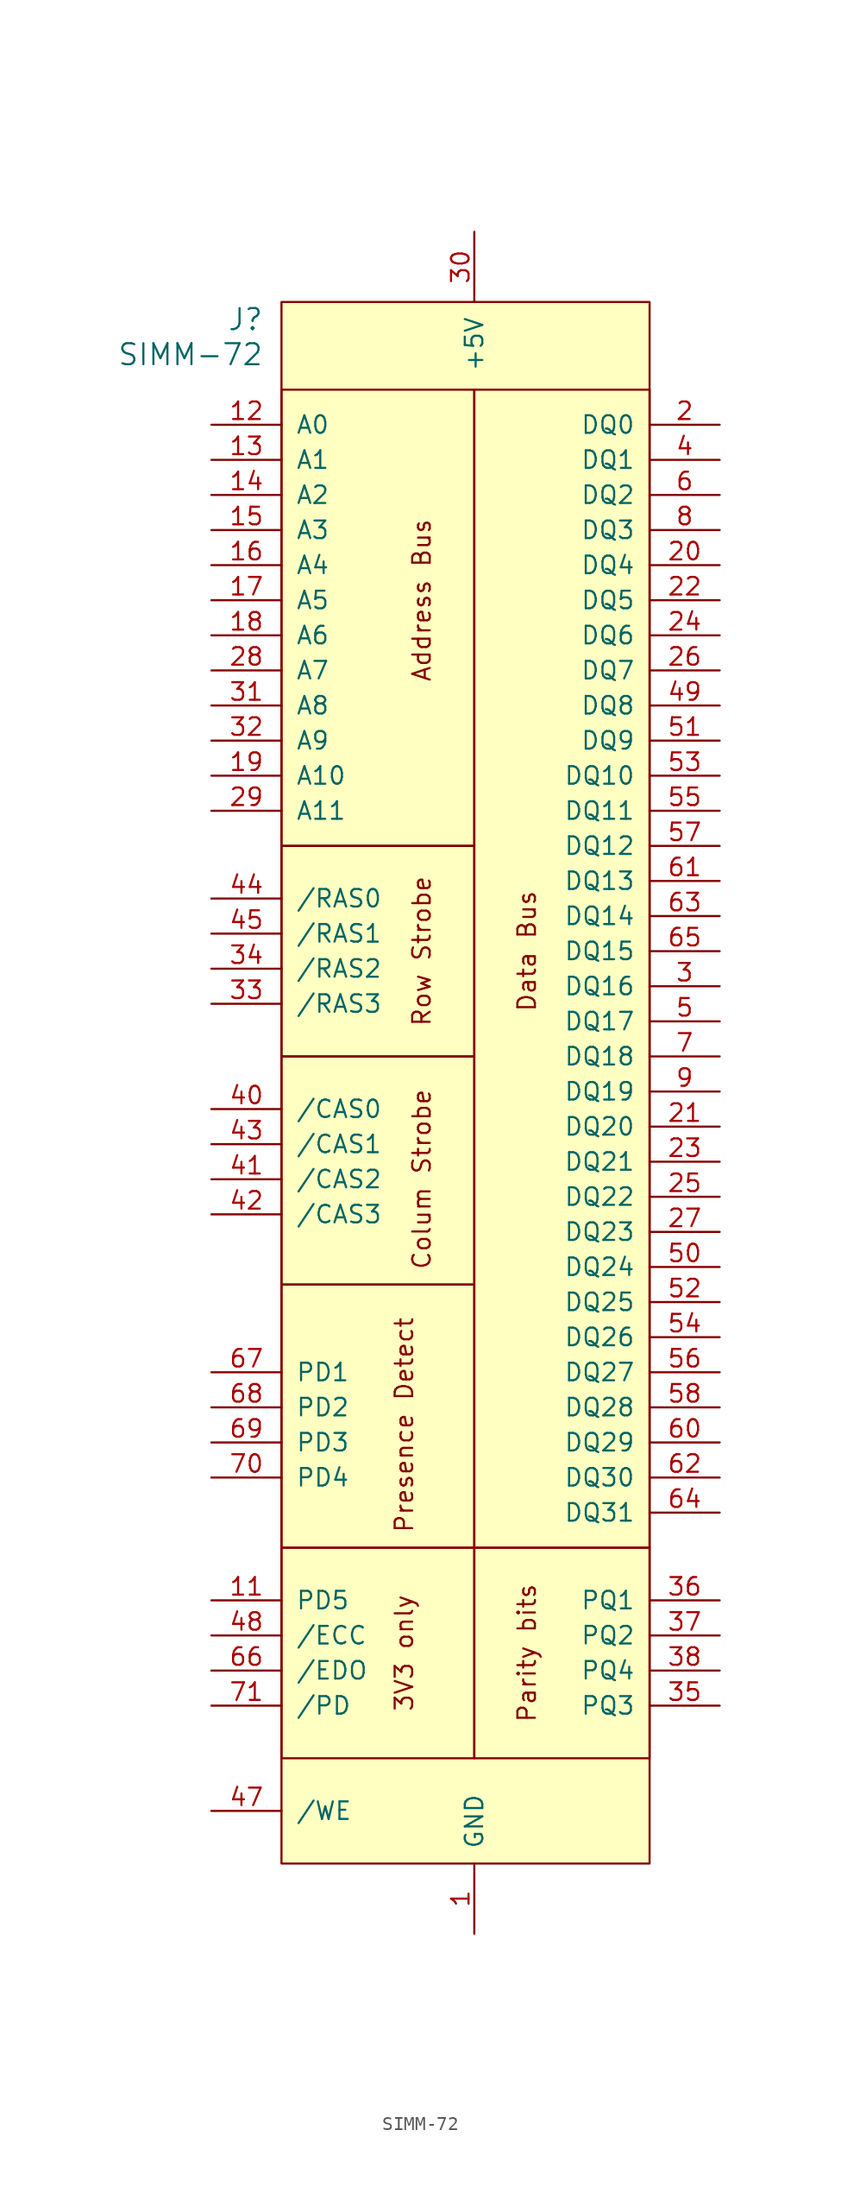
<source format=kicad_sym>
(kicad_symbol_lib
  (version 20211014)
  (generator kicad_symbol_editor)
  (symbol "SIMM-72"
    (pin_names
      (offset 1.016))
    (property "Reference" "J"
      (at -15.24 53.34 0)
      (effects (font (size 1.524 1.524)) (justify right)))
    (property "Value" "SIMM-72"
      (at -15.24 50.8 0)
      (effects (font (size 1.524 1.524)) (justify right)))
    (symbol "SIMM-72_0_0"
      (rectangle (start -13.97 0) (end 0 -16.51) (stroke (width 0) (type default) (color 0 0 0 0)) (fill (type none)))
      (rectangle (start -13.97 15.24) (end 0 0) (stroke (width 0) (type default) (color 0 0 0 0)) (fill (type none)))
      (rectangle (start -13.97 48.26) (end 0 15.24) (stroke (width 0) (type default) (color 0 0 0 0)) (fill (type none)))
      (rectangle (start 12.7 -35.56) (end 0 -50.8) (stroke (width 0) (type default) (color 0 0 0 0)) (fill (type none)))
      (rectangle (start 12.7 -35.56) (end 0 48.26) (stroke (width 0) (type default) (color 0 0 0 0)) (fill (type none)))
      (text "3V3 only" (at -5.08 -43.18 900) (effects (font (size 1.27 1.27))))
      (text "Address Bus" (at -3.81 33.02 900) (effects (font (size 1.27 1.27))))
      (text "Colum Strobe" (at -3.81 -8.89 900) (effects (font (size 1.27 1.27))))
      (text "Data Bus" (at 3.81 7.62 900) (effects (font (size 1.27 1.27))))
      (text "Parity bits" (at 3.81 -43.18 900) (effects (font (size 1.27 1.27))))
      (text "Presence Detect" (at -5.08 -26.67 900) (effects (font (size 1.27 1.27))))
      (text "Row Strobe" (at -3.81 7.62 900) (effects (font (size 1.27 1.27))))
      (pin output line (at -19.05 -41.91 0) (length 5.08) (name "/ECC" (effects (font (size 1.27 1.27)))) (number "48" (effects (font (size 1.27 1.27))))))
    (symbol "SIMM-72_0_1"
      (rectangle (start -13.97 -35.56) (end 0 -50.8) (stroke (width 0.152) (type default) (color 0 0 0 0)) (fill (type none)))
      (rectangle (start -13.97 -16.51) (end 0 -35.56) (stroke (width 0) (type default) (color 0 0 0 0)) (fill (type none))))
    (symbol "SIMM-72_1_1"
      (rectangle (start -13.97 54.61) (end 12.7 -58.42) (stroke (width 0) (type default) (color 0 0 0 0)) (fill (type background)))
      (pin power_in line (at 0 -63.5 90) (length 5.08) (name "GND" (effects (font (size 1.27 1.27)))) (number "1" (effects (font (size 1.27 1.27)))))
      (pin power_in line (at 0 59.69 270) (length 5.08) hide (name "+5V" (effects (font (size 1.27 1.27)))) (number "10" (effects (font (size 1.27 1.27)))))
      (pin output line (at -19.05 -39.37 0) (length 5.08) (name "PD5" (effects (font (size 1.27 1.27)))) (number "11" (effects (font (size 1.27 1.27)))))
      (pin input line (at -19.05 45.72 0) (length 5.08) (name "A0" (effects (font (size 1.27 1.27)))) (number "12" (effects (font (size 1.27 1.27)))))
      (pin input line (at -19.05 43.18 0) (length 5.08) (name "A1" (effects (font (size 1.27 1.27)))) (number "13" (effects (font (size 1.27 1.27)))))
      (pin input line (at -19.05 40.64 0) (length 5.08) (name "A2" (effects (font (size 1.27 1.27)))) (number "14" (effects (font (size 1.27 1.27)))))
      (pin input line (at -19.05 38.1 0) (length 5.08) (name "A3" (effects (font (size 1.27 1.27)))) (number "15" (effects (font (size 1.27 1.27)))))
      (pin input line (at -19.05 35.56 0) (length 5.08) (name "A4" (effects (font (size 1.27 1.27)))) (number "16" (effects (font (size 1.27 1.27)))))
      (pin input line (at -19.05 33.02 0) (length 5.08) (name "A5" (effects (font (size 1.27 1.27)))) (number "17" (effects (font (size 1.27 1.27)))))
      (pin input line (at -19.05 30.48 0) (length 5.08) (name "A6" (effects (font (size 1.27 1.27)))) (number "18" (effects (font (size 1.27 1.27)))))
      (pin input line (at -19.05 20.32 0) (length 5.08) (name "A10" (effects (font (size 1.27 1.27)))) (number "19" (effects (font (size 1.27 1.27)))))
      (pin bidirectional line (at 17.78 45.72 180) (length 5.08) (name "DQ0" (effects (font (size 1.27 1.27)))) (number "2" (effects (font (size 1.27 1.27)))))
      (pin bidirectional line (at 17.78 35.56 180) (length 5.08) (name "DQ4" (effects (font (size 1.27 1.27)))) (number "20" (effects (font (size 1.27 1.27)))))
      (pin bidirectional line (at 17.78 -5.08 180) (length 5.08) (name "DQ20" (effects (font (size 1.27 1.27)))) (number "21" (effects (font (size 1.27 1.27)))))
      (pin bidirectional line (at 17.78 33.02 180) (length 5.08) (name "DQ5" (effects (font (size 1.27 1.27)))) (number "22" (effects (font (size 1.27 1.27)))))
      (pin bidirectional line (at 17.78 -7.62 180) (length 5.08) (name "DQ21" (effects (font (size 1.27 1.27)))) (number "23" (effects (font (size 1.27 1.27)))))
      (pin bidirectional line (at 17.78 30.48 180) (length 5.08) (name "DQ6" (effects (font (size 1.27 1.27)))) (number "24" (effects (font (size 1.27 1.27)))))
      (pin bidirectional line (at 17.78 -10.16 180) (length 5.08) (name "DQ22" (effects (font (size 1.27 1.27)))) (number "25" (effects (font (size 1.27 1.27)))))
      (pin bidirectional line (at 17.78 27.94 180) (length 5.08) (name "DQ7" (effects (font (size 1.27 1.27)))) (number "26" (effects (font (size 1.27 1.27)))))
      (pin bidirectional line (at 17.78 -12.7 180) (length 5.08) (name "DQ23" (effects (font (size 1.27 1.27)))) (number "27" (effects (font (size 1.27 1.27)))))
      (pin input line (at -19.05 27.94 0) (length 5.08) (name "A7" (effects (font (size 1.27 1.27)))) (number "28" (effects (font (size 1.27 1.27)))))
      (pin input line (at -19.05 17.78 0) (length 5.08) (name "A11" (effects (font (size 1.27 1.27)))) (number "29" (effects (font (size 1.27 1.27)))))
      (pin bidirectional line (at 17.78 5.08 180) (length 5.08) (name "DQ16" (effects (font (size 1.27 1.27)))) (number "3" (effects (font (size 1.27 1.27)))))
      (pin power_in line (at 0 59.69 270) (length 5.08) (name "+5V" (effects (font (size 1.27 1.27)))) (number "30" (effects (font (size 1.27 1.27)))))
      (pin input line (at -19.05 25.4 0) (length 5.08) (name "A8" (effects (font (size 1.27 1.27)))) (number "31" (effects (font (size 1.27 1.27)))))
      (pin input line (at -19.05 22.86 0) (length 5.08) (name "A9" (effects (font (size 1.27 1.27)))) (number "32" (effects (font (size 1.27 1.27)))))
      (pin input line (at -19.05 3.81 0) (length 5.08) (name "/RAS3" (effects (font (size 1.27 1.27)))) (number "33" (effects (font (size 1.27 1.27)))))
      (pin input line (at -19.05 6.35 0) (length 5.08) (name "/RAS2" (effects (font (size 1.27 1.27)))) (number "34" (effects (font (size 1.27 1.27)))))
      (pin bidirectional line (at 17.78 -46.99 180) (length 5.08) (name "PQ3" (effects (font (size 1.27 1.27)))) (number "35" (effects (font (size 1.27 1.27)))))
      (pin bidirectional line (at 17.78 -39.37 180) (length 5.08) (name "PQ1" (effects (font (size 1.27 1.27)))) (number "36" (effects (font (size 1.27 1.27)))))
      (pin bidirectional line (at 17.78 -41.91 180) (length 5.08) (name "PQ2" (effects (font (size 1.27 1.27)))) (number "37" (effects (font (size 1.27 1.27)))))
      (pin bidirectional line (at 17.78 -44.45 180) (length 5.08) (name "PQ4" (effects (font (size 1.27 1.27)))) (number "38" (effects (font (size 1.27 1.27)))))
      (pin power_in line (at 0 -63.5 90) (length 5.08) hide (name "GND" (effects (font (size 1.27 1.27)))) (number "39" (effects (font (size 1.27 1.27)))))
      (pin bidirectional line (at 17.78 43.18 180) (length 5.08) (name "DQ1" (effects (font (size 1.27 1.27)))) (number "4" (effects (font (size 1.27 1.27)))))
      (pin input line (at -19.05 -3.81 0) (length 5.08) (name "/CAS0" (effects (font (size 1.27 1.27)))) (number "40" (effects (font (size 1.27 1.27)))))
      (pin input line (at -19.05 -8.89 0) (length 5.08) (name "/CAS2" (effects (font (size 1.27 1.27)))) (number "41" (effects (font (size 1.27 1.27)))))
      (pin input line (at -19.05 -11.43 0) (length 5.08) (name "/CAS3" (effects (font (size 1.27 1.27)))) (number "42" (effects (font (size 1.27 1.27)))))
      (pin input line (at -19.05 -6.35 0) (length 5.08) (name "/CAS1" (effects (font (size 1.27 1.27)))) (number "43" (effects (font (size 1.27 1.27)))))
      (pin input line (at -19.05 11.43 0) (length 5.08) (name "/RAS0" (effects (font (size 1.27 1.27)))) (number "44" (effects (font (size 1.27 1.27)))))
      (pin input line (at -19.05 8.89 0) (length 5.08) (name "/RAS1" (effects (font (size 1.27 1.27)))) (number "45" (effects (font (size 1.27 1.27)))))
      (pin no_connect line (at 2.54 39.37 90) (length 2.54) hide (name "NC" (effects (font (size 1.27 1.27)))) (number "46" (effects (font (size 1.27 1.27)))))
      (pin input line (at -19.05 -54.61 0) (length 5.08) (name "/WE" (effects (font (size 1.27 1.27)))) (number "47" (effects (font (size 1.27 1.27)))))
      (pin bidirectional line (at 17.78 25.4 180) (length 5.08) (name "DQ8" (effects (font (size 1.27 1.27)))) (number "49" (effects (font (size 1.27 1.27)))))
      (pin bidirectional line (at 17.78 2.54 180) (length 5.08) (name "DQ17" (effects (font (size 1.27 1.27)))) (number "5" (effects (font (size 1.27 1.27)))))
      (pin bidirectional line (at 17.78 -15.24 180) (length 5.08) (name "DQ24" (effects (font (size 1.27 1.27)))) (number "50" (effects (font (size 1.27 1.27)))))
      (pin bidirectional line (at 17.78 22.86 180) (length 5.08) (name "DQ9" (effects (font (size 1.27 1.27)))) (number "51" (effects (font (size 1.27 1.27)))))
      (pin bidirectional line (at 17.78 -17.78 180) (length 5.08) (name "DQ25" (effects (font (size 1.27 1.27)))) (number "52" (effects (font (size 1.27 1.27)))))
      (pin bidirectional line (at 17.78 20.32 180) (length 5.08) (name "DQ10" (effects (font (size 1.27 1.27)))) (number "53" (effects (font (size 1.27 1.27)))))
      (pin bidirectional line (at 17.78 -20.32 180) (length 5.08) (name "DQ26" (effects (font (size 1.27 1.27)))) (number "54" (effects (font (size 1.27 1.27)))))
      (pin bidirectional line (at 17.78 17.78 180) (length 5.08) (name "DQ11" (effects (font (size 1.27 1.27)))) (number "55" (effects (font (size 1.27 1.27)))))
      (pin bidirectional line (at 17.78 -22.86 180) (length 5.08) (name "DQ27" (effects (font (size 1.27 1.27)))) (number "56" (effects (font (size 1.27 1.27)))))
      (pin bidirectional line (at 17.78 15.24 180) (length 5.08) (name "DQ12" (effects (font (size 1.27 1.27)))) (number "57" (effects (font (size 1.27 1.27)))))
      (pin bidirectional line (at 17.78 -25.4 180) (length 5.08) (name "DQ28" (effects (font (size 1.27 1.27)))) (number "58" (effects (font (size 1.27 1.27)))))
      (pin power_in line (at 0 59.69 270) (length 5.08) hide (name "+5V" (effects (font (size 1.27 1.27)))) (number "59" (effects (font (size 1.27 1.27)))))
      (pin bidirectional line (at 17.78 40.64 180) (length 5.08) (name "DQ2" (effects (font (size 1.27 1.27)))) (number "6" (effects (font (size 1.27 1.27)))))
      (pin bidirectional line (at 17.78 -27.94 180) (length 5.08) (name "DQ29" (effects (font (size 1.27 1.27)))) (number "60" (effects (font (size 1.27 1.27)))))
      (pin bidirectional line (at 17.78 12.7 180) (length 5.08) (name "DQ13" (effects (font (size 1.27 1.27)))) (number "61" (effects (font (size 1.27 1.27)))))
      (pin bidirectional line (at 17.78 -30.48 180) (length 5.08) (name "DQ30" (effects (font (size 1.27 1.27)))) (number "62" (effects (font (size 1.27 1.27)))))
      (pin bidirectional line (at 17.78 10.16 180) (length 5.08) (name "DQ14" (effects (font (size 1.27 1.27)))) (number "63" (effects (font (size 1.27 1.27)))))
      (pin bidirectional line (at 17.78 -33.02 180) (length 5.08) (name "DQ31" (effects (font (size 1.27 1.27)))) (number "64" (effects (font (size 1.27 1.27)))))
      (pin bidirectional line (at 17.78 7.62 180) (length 5.08) (name "DQ15" (effects (font (size 1.27 1.27)))) (number "65" (effects (font (size 1.27 1.27)))))
      (pin output line (at -19.05 -44.45 0) (length 5.08) (name "/EDO" (effects (font (size 1.27 1.27)))) (number "66" (effects (font (size 1.27 1.27)))))
      (pin output line (at -19.05 -22.86 0) (length 5.08) (name "PD1" (effects (font (size 1.27 1.27)))) (number "67" (effects (font (size 1.27 1.27)))))
      (pin output line (at -19.05 -25.4 0) (length 5.08) (name "PD2" (effects (font (size 1.27 1.27)))) (number "68" (effects (font (size 1.27 1.27)))))
      (pin output line (at -19.05 -27.94 0) (length 5.08) (name "PD3" (effects (font (size 1.27 1.27)))) (number "69" (effects (font (size 1.27 1.27)))))
      (pin bidirectional line (at 17.78 0 180) (length 5.08) (name "DQ18" (effects (font (size 1.27 1.27)))) (number "7" (effects (font (size 1.27 1.27)))))
      (pin output line (at -19.05 -30.48 0) (length 5.08) (name "PD4" (effects (font (size 1.27 1.27)))) (number "70" (effects (font (size 1.27 1.27)))))
      (pin output line (at -19.05 -46.99 0) (length 5.08) (name "/PD" (effects (font (size 1.27 1.27)))) (number "71" (effects (font (size 1.27 1.27)))))
      (pin power_in line (at 0 -63.5 90) (length 5.08) hide (name "GND" (effects (font (size 1.27 1.27)))) (number "72" (effects (font (size 1.27 1.27)))))
      (pin bidirectional line (at 17.78 38.1 180) (length 5.08) (name "DQ3" (effects (font (size 1.27 1.27)))) (number "8" (effects (font (size 1.27 1.27)))))
      (pin bidirectional line (at 17.78 -2.54 180) (length 5.08) (name "DQ19" (effects (font (size 1.27 1.27)))) (number "9" (effects (font (size 1.27 1.27))))))))
</source>
